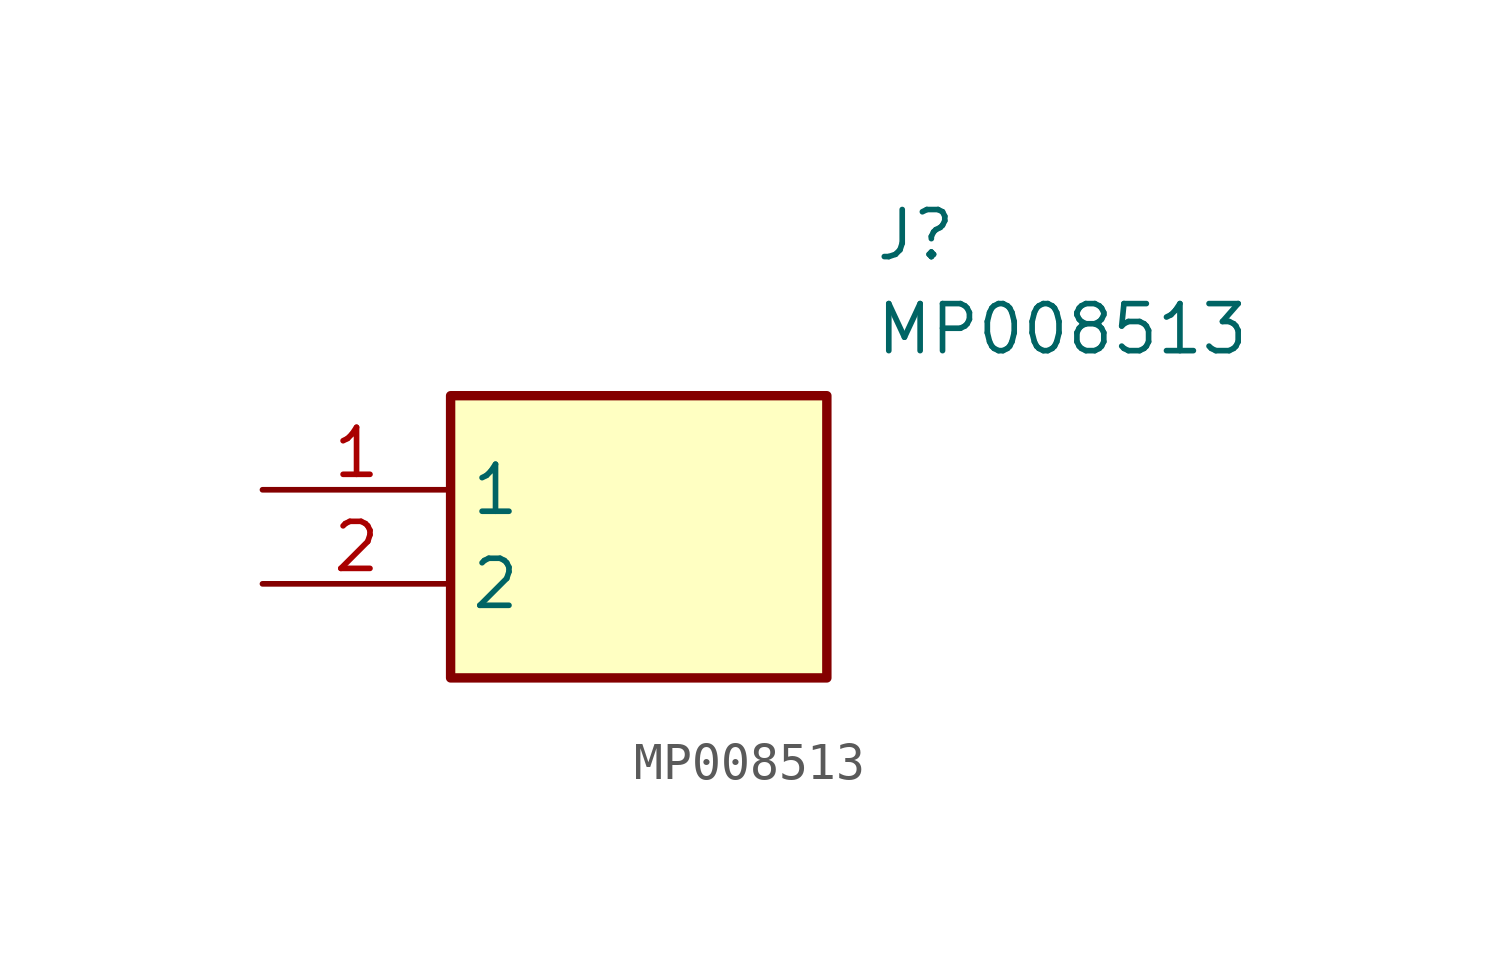
<source format=kicad_sym>
(kicad_symbol_lib
  (version 20211014)
  (generator SamacSys_ECAD_Model)
  (symbol "MP008513"
    (property "Reference" "J"
      (at 16.51 7.62 0)
      (effects (font (size 1.27 1.27)) (justify left top)))
    (property "Value" "MP008513"
      (at 16.51 5.08 0)
      (effects (font (size 1.27 1.27)) (justify left top)))
    (rectangle
      (start 5.08 2.54)
      (end 15.24 -5.08)
      (stroke (width 0.254) (type default))
      (fill (type background)))
    (pin passive line
      (at 0 0 0)
      (length 5.08)
      (name "1" (effects (font (size 1.27 1.27))))
      (number "1" (effects (font (size 1.27 1.27)))))
    (pin passive line
      (at 0 -2.54 0)
      (length 5.08)
      (name "2" (effects (font (size 1.27 1.27))))
      (number "2" (effects (font (size 1.27 1.27)))))))
</source>
